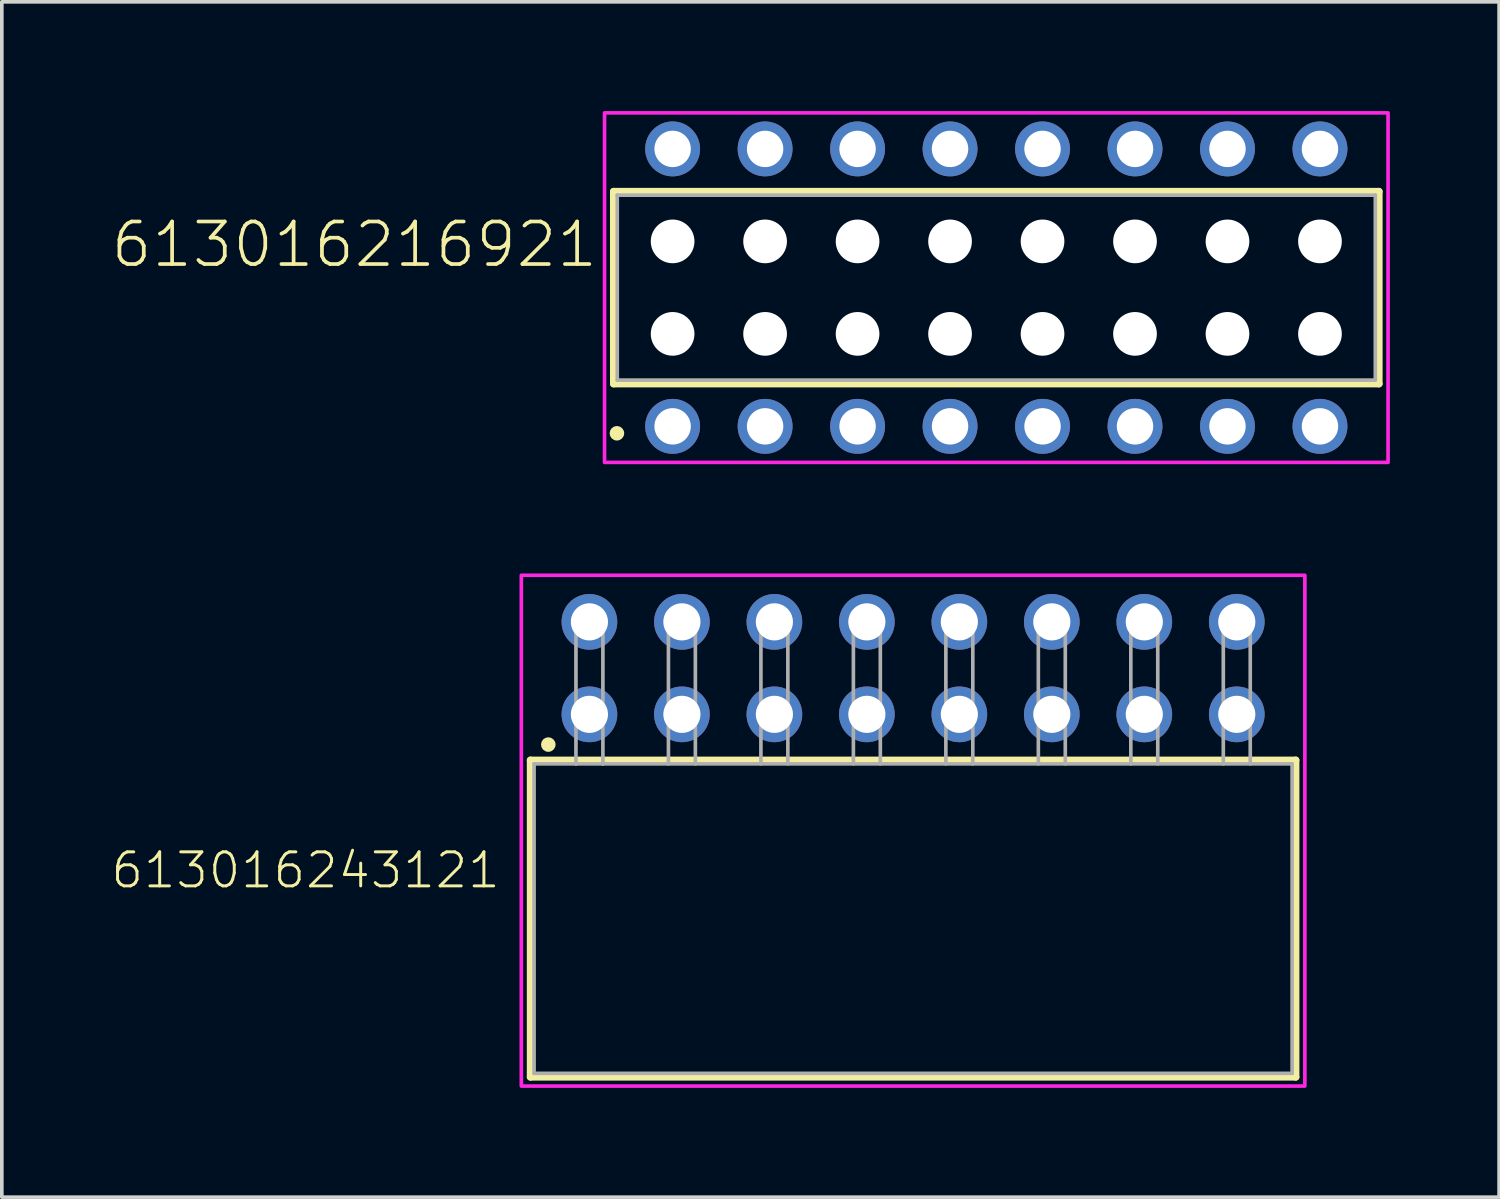
<source format=kicad_pcb>
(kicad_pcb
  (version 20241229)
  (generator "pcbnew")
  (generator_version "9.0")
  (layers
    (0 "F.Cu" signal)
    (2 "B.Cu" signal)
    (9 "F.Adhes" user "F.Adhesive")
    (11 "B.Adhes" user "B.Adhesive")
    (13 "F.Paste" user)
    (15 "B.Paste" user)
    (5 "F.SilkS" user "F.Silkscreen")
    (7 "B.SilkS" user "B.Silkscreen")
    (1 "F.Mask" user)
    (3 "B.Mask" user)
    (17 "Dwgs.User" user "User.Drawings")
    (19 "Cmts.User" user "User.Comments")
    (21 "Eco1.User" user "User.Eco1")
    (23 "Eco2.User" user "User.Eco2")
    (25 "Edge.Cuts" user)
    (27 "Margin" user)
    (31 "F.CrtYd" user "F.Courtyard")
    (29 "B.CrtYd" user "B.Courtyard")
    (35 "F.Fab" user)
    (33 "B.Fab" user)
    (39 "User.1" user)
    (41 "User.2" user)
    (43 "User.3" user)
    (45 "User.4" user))
  (footprint "613016216921"
    (layer "F.Cu")
    (at 24.314 4.85)
    (property "Reference" "613016216921" (at -10.89 -0.5 0) (unlocked yes) (layer "F.SilkS") (effects (font (size 1.168 1.168) (thickness 0.102)) (justify right bottom)))
    (fp_line (start -10.51 -2.64) (end 10.51 -2.64) (stroke (width 0.2) (type solid)) (layer "F.SilkS"))
    (fp_line (start -10.51 2.64) (end -10.51 -2.64) (stroke (width 0.2) (type solid)) (layer "F.SilkS"))
    (fp_line (start 10.51 -2.64) (end 10.51 2.64) (stroke (width 0.2) (type solid)) (layer "F.SilkS"))
    (fp_line (start 10.51 2.64) (end -10.51 2.64) (stroke (width 0.2) (type solid)) (layer "F.SilkS"))
    (fp_circle (center -10.42 4) (end -10.32 4) (stroke (width 0.2) (type solid)) (fill no) (layer "F.SilkS"))
    (fp_poly (pts (xy 10.76 4.8) (xy -10.76 4.8) (xy -10.76 -4.8) (xy 10.76 -4.8)) (stroke (width 0.1) (type default)) (fill no) (layer "F.CrtYd"))
    (fp_line (start -10.41 -2.54) (end -10.41 2.54) (stroke (width 0.1) (type solid)) (layer "F.Fab"))
    (fp_line (start -10.41 2.54) (end 10.41 2.54) (stroke (width 0.1) (type solid)) (layer "F.Fab"))
    (fp_line (start 10.41 -2.54) (end -10.41 -2.54) (stroke (width 0.1) (type solid)) (layer "F.Fab"))
    (fp_line (start 10.41 2.54) (end 10.41 -2.54) (stroke (width 0.1) (type solid)) (layer "F.Fab"))
    (pad "" np_thru_hole circle (at -8.89 -1.27) (size 1.2 1.2) (drill 1.2) (layers "*.Cu" "*.Mask"))
    (pad "" np_thru_hole circle (at -8.89 1.27) (size 1.2 1.2) (drill 1.2) (layers "*.Cu" "*.Mask"))
    (pad "" np_thru_hole circle (at -6.35 -1.27) (size 1.2 1.2) (drill 1.2) (layers "*.Cu" "*.Mask"))
    (pad "" np_thru_hole circle (at -6.35 1.27) (size 1.2 1.2) (drill 1.2) (layers "*.Cu" "*.Mask"))
    (pad "" np_thru_hole circle (at -3.81 -1.27) (size 1.2 1.2) (drill 1.2) (layers "*.Cu" "*.Mask"))
    (pad "" np_thru_hole circle (at -3.81 1.27) (size 1.2 1.2) (drill 1.2) (layers "*.Cu" "*.Mask"))
    (pad "" np_thru_hole circle (at -1.27 -1.27) (size 1.2 1.2) (drill 1.2) (layers "*.Cu" "*.Mask"))
    (pad "" np_thru_hole circle (at -1.27 1.27) (size 1.2 1.2) (drill 1.2) (layers "*.Cu" "*.Mask"))
    (pad "" np_thru_hole circle (at 1.27 -1.27) (size 1.2 1.2) (drill 1.2) (layers "*.Cu" "*.Mask"))
    (pad "" np_thru_hole circle (at 1.27 1.27) (size 1.2 1.2) (drill 1.2) (layers "*.Cu" "*.Mask"))
    (pad "" np_thru_hole circle (at 3.81 -1.27) (size 1.2 1.2) (drill 1.2) (layers "*.Cu" "*.Mask"))
    (pad "" np_thru_hole circle (at 3.81 1.27) (size 1.2 1.2) (drill 1.2) (layers "*.Cu" "*.Mask"))
    (pad "" np_thru_hole circle (at 6.35 -1.27) (size 1.2 1.2) (drill 1.2) (layers "*.Cu" "*.Mask"))
    (pad "" np_thru_hole circle (at 6.35 1.27) (size 1.2 1.2) (drill 1.2) (layers "*.Cu" "*.Mask"))
    (pad "" np_thru_hole circle (at 8.89 -1.27) (size 1.2 1.2) (drill 1.2) (layers "*.Cu" "*.Mask"))
    (pad "" np_thru_hole circle (at 8.89 1.27) (size 1.2 1.2) (drill 1.2) (layers "*.Cu" "*.Mask"))
    (pad "1" thru_hole circle (at -8.89 3.81) (size 1.508 1.508) (drill 1) (layers "*.Cu" "*.Mask"))
    (pad "2" thru_hole circle (at -8.89 -3.81) (size 1.508 1.508) (drill 1) (layers "*.Cu" "*.Mask"))
    (pad "3" thru_hole circle (at -6.35 3.81) (size 1.508 1.508) (drill 1) (layers "*.Cu" "*.Mask"))
    (pad "4" thru_hole circle (at -6.35 -3.81) (size 1.508 1.508) (drill 1) (layers "*.Cu" "*.Mask"))
    (pad "5" thru_hole circle (at -3.81 3.81) (size 1.508 1.508) (drill 1) (layers "*.Cu" "*.Mask"))
    (pad "6" thru_hole circle (at -3.81 -3.81) (size 1.508 1.508) (drill 1) (layers "*.Cu" "*.Mask"))
    (pad "7" thru_hole circle (at -1.27 3.81) (size 1.508 1.508) (drill 1) (layers "*.Cu" "*.Mask"))
    (pad "8" thru_hole circle (at -1.27 -3.81) (size 1.508 1.508) (drill 1) (layers "*.Cu" "*.Mask"))
    (pad "9" thru_hole circle (at 1.27 3.81) (size 1.508 1.508) (drill 1) (layers "*.Cu" "*.Mask"))
    (pad "10" thru_hole circle (at 1.27 -3.81) (size 1.508 1.508) (drill 1) (layers "*.Cu" "*.Mask"))
    (pad "11" thru_hole circle (at 3.81 3.81) (size 1.508 1.508) (drill 1) (layers "*.Cu" "*.Mask"))
    (pad "12" thru_hole circle (at 3.81 -3.81) (size 1.508 1.508) (drill 1) (layers "*.Cu" "*.Mask"))
    (pad "13" thru_hole circle (at 6.35 3.81) (size 1.508 1.508) (drill 1) (layers "*.Cu" "*.Mask"))
    (pad "14" thru_hole circle (at 6.35 -3.81) (size 1.508 1.508) (drill 1) (layers "*.Cu" "*.Mask"))
    (pad "15" thru_hole circle (at 8.89 3.81) (size 1.508 1.508) (drill 1) (layers "*.Cu" "*.Mask"))
    (pad "16" thru_hole circle (at 8.89 -3.81) (size 1.508 1.508) (drill 1) (layers "*.Cu" "*.Mask")))
  (footprint "613016243121"
    (layer "F.Cu")
    (at 22.029 22.18)
    (property "Reference" "613016243121" (at -11.29 -0.78 0) (unlocked yes) (layer "F.SilkS") (effects (font (size 0.935 0.935) (thickness 0.081)) (justify right bottom)))
    (fp_line (start -10.51 -4.35) (end 10.51 -4.35) (stroke (width 0.2) (type solid)) (layer "F.SilkS"))
    (fp_line (start -10.51 4.35) (end -10.51 -4.35) (stroke (width 0.2) (type solid)) (layer "F.SilkS"))
    (fp_line (start 10.51 -4.35) (end 10.51 4.35) (stroke (width 0.2) (type solid)) (layer "F.SilkS"))
    (fp_line (start 10.51 4.35) (end -10.51 4.35) (stroke (width 0.2) (type solid)) (layer "F.SilkS"))
    (fp_circle (center -10.02 -4.78) (end -9.92 -4.78) (stroke (width 0.2) (type solid)) (fill no) (layer "F.SilkS"))
    (fp_poly (pts (xy 10.76 4.6) (xy -10.76 4.6) (xy -10.76 -9.43) (xy 10.76 -9.43)) (stroke (width 0.1) (type default)) (fill no) (layer "F.CrtYd"))
    (fp_line (start -10.41 -4.25) (end -10.41 4.25) (stroke (width 0.1) (type solid)) (layer "F.Fab"))
    (fp_line (start -9.26 -8.35) (end -8.52 -8.35) (stroke (width 0.1) (type solid)) (layer "F.Fab"))
    (fp_line (start -9.26 -4.25) (end -10.41 -4.25) (stroke (width 0.1) (type solid)) (layer "F.Fab"))
    (fp_line (start -9.26 -4.25) (end -9.26 -8.35) (stroke (width 0.1) (type solid)) (layer "F.Fab"))
    (fp_line (start -8.52 -8.35) (end -8.52 -4.25) (stroke (width 0.1) (type solid)) (layer "F.Fab"))
    (fp_line (start -8.52 -4.25) (end -9.26 -4.25) (stroke (width 0.1) (type solid)) (layer "F.Fab"))
    (fp_line (start -6.72 -8.35) (end -5.98 -8.35) (stroke (width 0.1) (type solid)) (layer "F.Fab"))
    (fp_line (start -6.72 -4.25) (end -6.72 -8.35) (stroke (width 0.1) (type solid)) (layer "F.Fab"))
    (fp_line (start -5.98 -8.35) (end -5.98 -4.25) (stroke (width 0.1) (type solid)) (layer "F.Fab"))
    (fp_line (start -4.18 -8.35) (end -3.44 -8.35) (stroke (width 0.1) (type solid)) (layer "F.Fab"))
    (fp_line (start -4.18 -4.25) (end -4.18 -8.35) (stroke (width 0.1) (type solid)) (layer "F.Fab"))
    (fp_line (start -3.44 -8.35) (end -3.44 -4.25) (stroke (width 0.1) (type solid)) (layer "F.Fab"))
    (fp_line (start -1.64 -8.35) (end -0.9 -8.35) (stroke (width 0.1) (type solid)) (layer "F.Fab"))
    (fp_line (start -1.64 -4.25) (end -1.64 -8.35) (stroke (width 0.1) (type solid)) (layer "F.Fab"))
    (fp_line (start -0.9 -8.35) (end -0.9 -4.25) (stroke (width 0.1) (type solid)) (layer "F.Fab"))
    (fp_line (start 0.9 -8.35) (end 1.64 -8.35) (stroke (width 0.1) (type solid)) (layer "F.Fab"))
    (fp_line (start 0.9 -4.25) (end 0.9 -8.35) (stroke (width 0.1) (type solid)) (layer "F.Fab"))
    (fp_line (start 1.64 -8.35) (end 1.64 -4.25) (stroke (width 0.1) (type solid)) (layer "F.Fab"))
    (fp_line (start 3.44 -8.35) (end 4.18 -8.35) (stroke (width 0.1) (type solid)) (layer "F.Fab"))
    (fp_line (start 3.44 -4.25) (end 3.44 -8.35) (stroke (width 0.1) (type solid)) (layer "F.Fab"))
    (fp_line (start 4.18 -8.35) (end 4.18 -4.25) (stroke (width 0.1) (type solid)) (layer "F.Fab"))
    (fp_line (start 5.98 -8.35) (end 6.72 -8.35) (stroke (width 0.1) (type solid)) (layer "F.Fab"))
    (fp_line (start 5.98 -4.25) (end 5.98 -8.35) (stroke (width 0.1) (type solid)) (layer "F.Fab"))
    (fp_line (start 6.72 -8.35) (end 6.72 -4.25) (stroke (width 0.1) (type solid)) (layer "F.Fab"))
    (fp_line (start 8.52 -8.35) (end 9.26 -8.35) (stroke (width 0.1) (type solid)) (layer "F.Fab"))
    (fp_line (start 8.52 -4.25) (end 8.52 -8.35) (stroke (width 0.1) (type solid)) (layer "F.Fab"))
    (fp_line (start 9.26 -8.35) (end 9.26 -4.25) (stroke (width 0.1) (type solid)) (layer "F.Fab"))
    (fp_line (start 10.41 -4.25) (end -8.52 -4.25) (stroke (width 0.1) (type solid)) (layer "F.Fab"))
    (fp_line (start 10.41 4.25) (end -10.41 4.25) (stroke (width 0.1) (type solid)) (layer "F.Fab"))
    (fp_line (start 10.41 4.25) (end 10.41 -4.25) (stroke (width 0.1) (type solid)) (layer "F.Fab"))
    (pad "1" thru_hole circle (at -8.89 -5.61 180) (size 1.53 1.53) (drill 1.02) (layers "*.Cu" "*.Mask"))
    (pad "2" thru_hole circle (at -8.89 -8.15 180) (size 1.53 1.53) (drill 1.02) (layers "*.Cu" "*.Mask"))
    (pad "3" thru_hole circle (at -6.35 -5.61 180) (size 1.53 1.53) (drill 1.02) (layers "*.Cu" "*.Mask"))
    (pad "4" thru_hole circle (at -6.35 -8.15 180) (size 1.53 1.53) (drill 1.02) (layers "*.Cu" "*.Mask"))
    (pad "5" thru_hole circle (at -3.81 -5.61 180) (size 1.53 1.53) (drill 1.02) (layers "*.Cu" "*.Mask"))
    (pad "6" thru_hole circle (at -3.81 -8.15 180) (size 1.53 1.53) (drill 1.02) (layers "*.Cu" "*.Mask"))
    (pad "7" thru_hole circle (at -1.27 -5.61 180) (size 1.53 1.53) (drill 1.02) (layers "*.Cu" "*.Mask"))
    (pad "8" thru_hole circle (at -1.27 -8.15 180) (size 1.53 1.53) (drill 1.02) (layers "*.Cu" "*.Mask"))
    (pad "9" thru_hole circle (at 1.27 -5.61 180) (size 1.53 1.53) (drill 1.02) (layers "*.Cu" "*.Mask"))
    (pad "10" thru_hole circle (at 1.27 -8.15 180) (size 1.53 1.53) (drill 1.02) (layers "*.Cu" "*.Mask"))
    (pad "11" thru_hole circle (at 3.81 -5.61 180) (size 1.53 1.53) (drill 1.02) (layers "*.Cu" "*.Mask"))
    (pad "12" thru_hole circle (at 3.81 -8.15 180) (size 1.53 1.53) (drill 1.02) (layers "*.Cu" "*.Mask"))
    (pad "13" thru_hole circle (at 6.35 -5.61 180) (size 1.53 1.53) (drill 1.02) (layers "*.Cu" "*.Mask"))
    (pad "14" thru_hole circle (at 6.35 -8.15 180) (size 1.53 1.53) (drill 1.02) (layers "*.Cu" "*.Mask"))
    (pad "15" thru_hole circle (at 8.89 -5.61 180) (size 1.53 1.53) (drill 1.02) (layers "*.Cu" "*.Mask"))
    (pad "16" thru_hole circle (at 8.89 -8.15 180) (size 1.53 1.53) (drill 1.02) (layers "*.Cu" "*.Mask")))
  (gr_rect
    (start -3 -3)
    (end 38.124 29.83)
    (stroke (width 0.1) (type default))
    (fill no)
    (layer "Edge.Cuts")))
</source>
